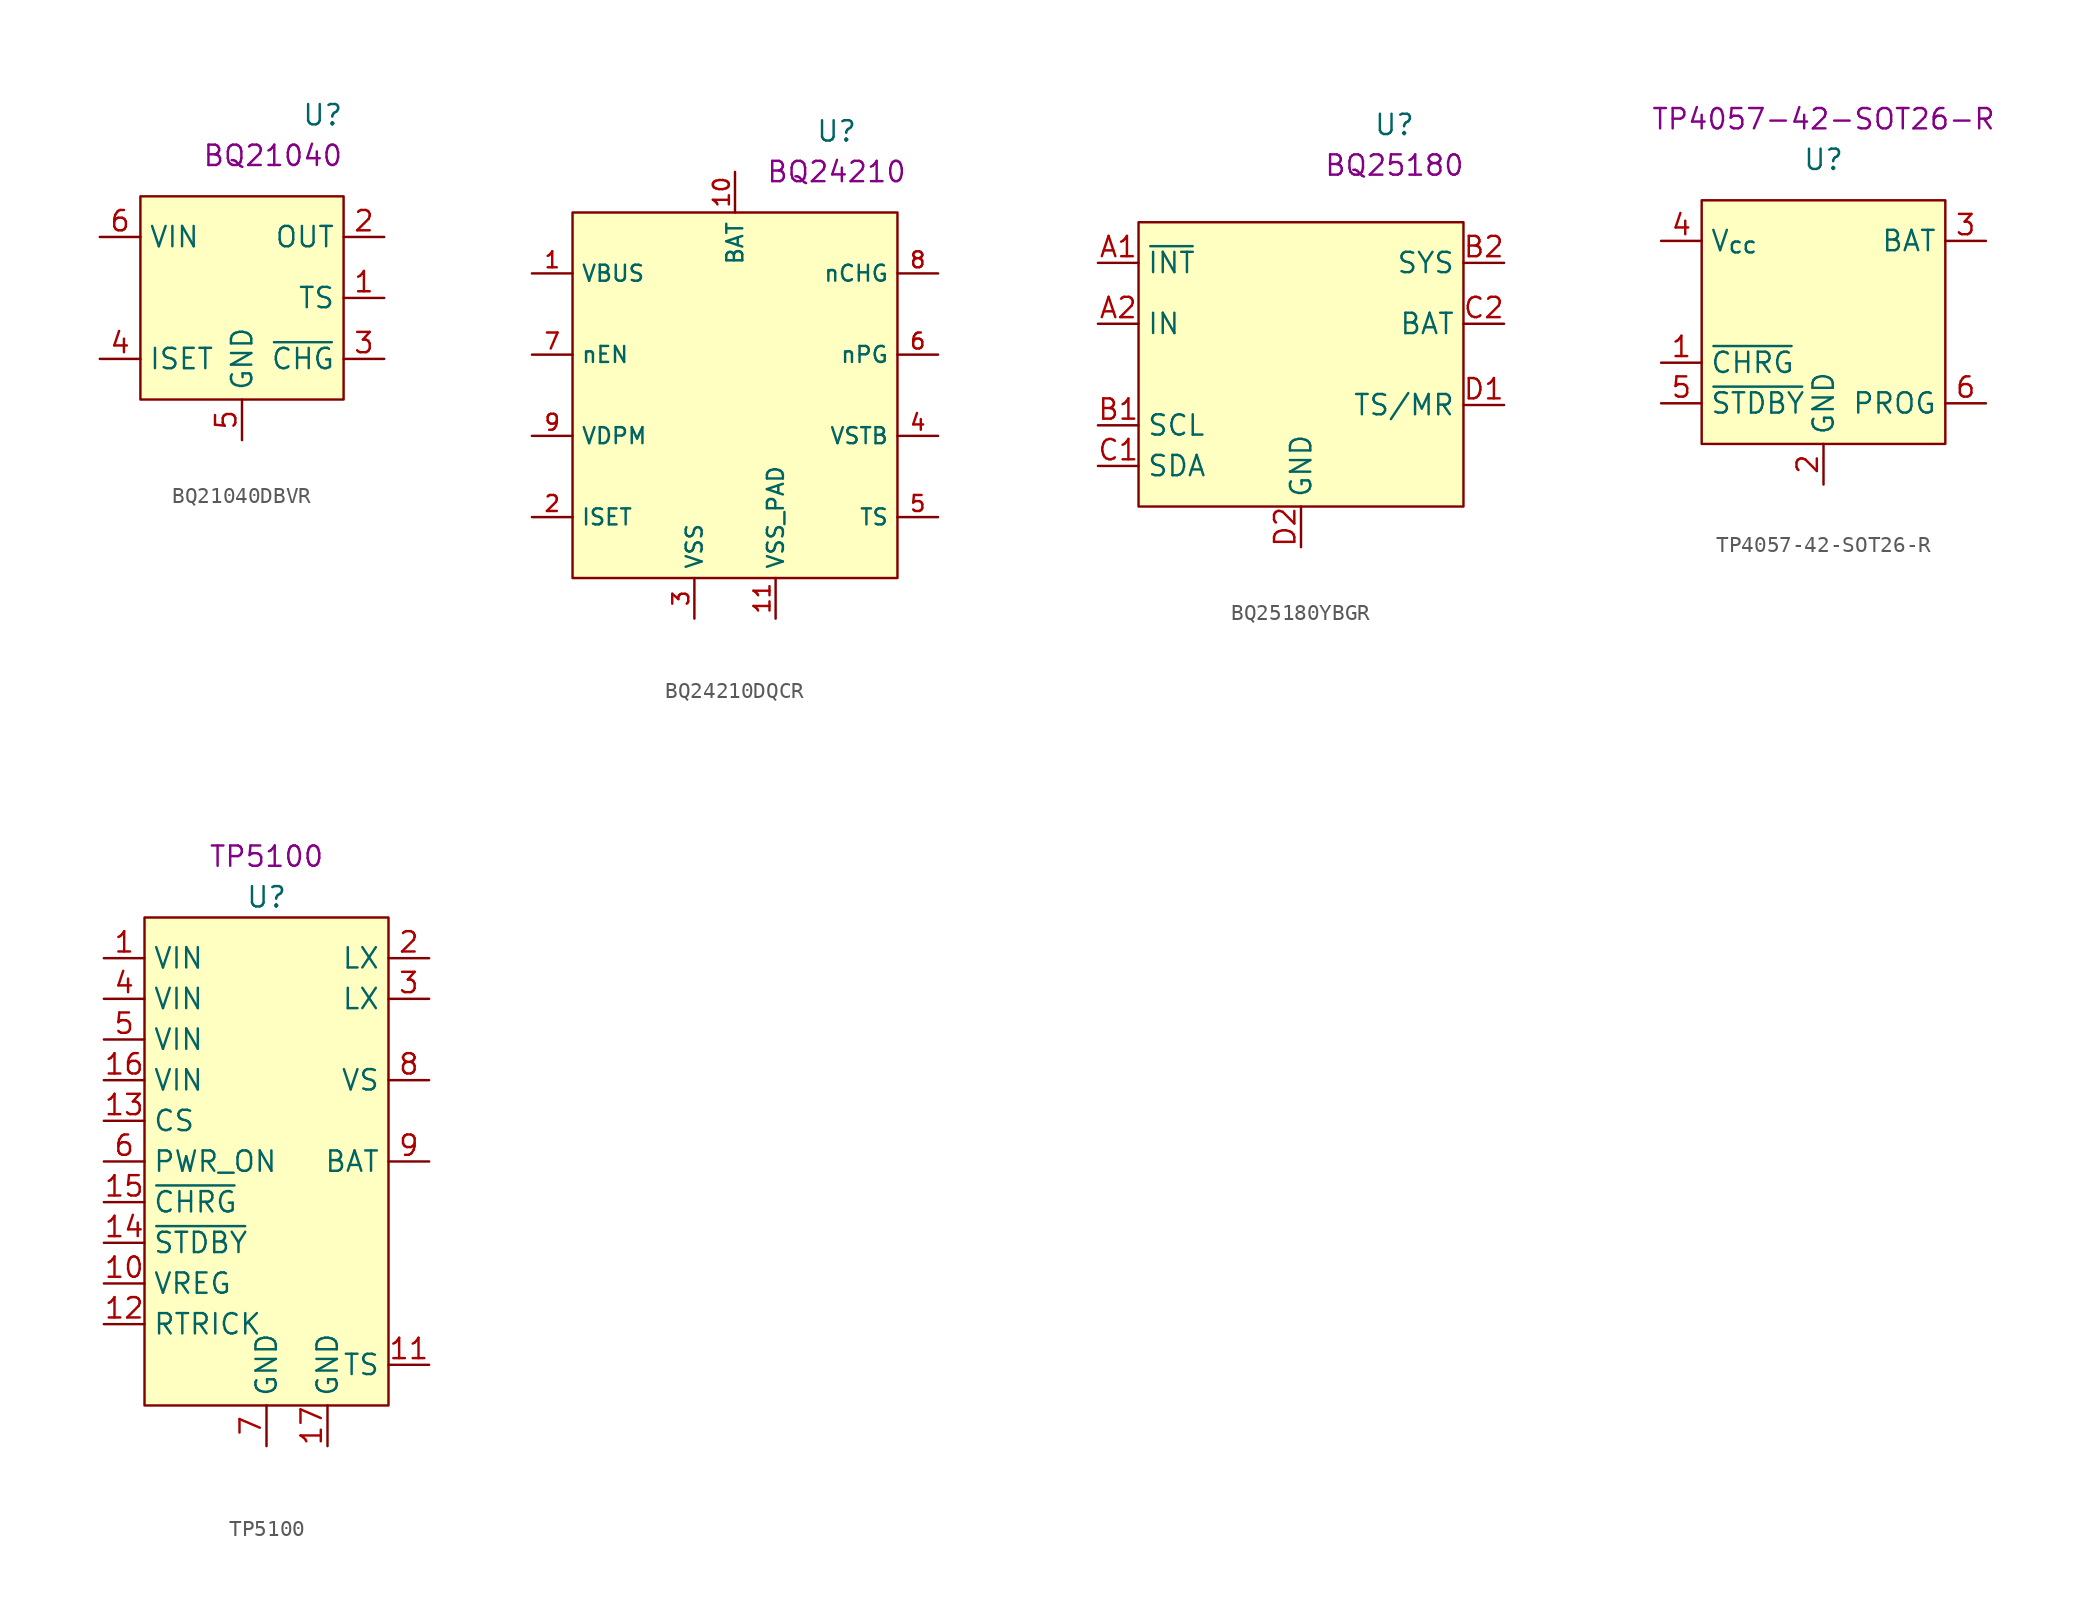
<source format=kicad_sym>
(kicad_symbol_lib
  (version 20231120)
  (generator "kicad_symbol_editor")
  (generator_version "8.0")
  (symbol "BQ21040DBVR"
    (property "Reference" "U"
      (at 6.35 11.43 0)
      (effects (font (size 1.27 1.27)) (justify right)))
    (property "UserValue" "BQ21040"
      (at 6.35 8.89 0)
      (effects (font (size 1.27 1.27)) (justify right)))
    (symbol "BQ21040DBVR_0_0"
      (pin input line (at 8.89 0 180) (length 2.54) (name "TS" (effects (font (size 1.27 1.27)))) (number "1" (effects (font (size 1.27 1.27)))))
      (pin power_out line (at 8.89 3.81 180) (length 2.54) (name "OUT" (effects (font (size 1.27 1.27)))) (number "2" (effects (font (size 1.27 1.27)))))
      (pin open_collector line (at 8.89 -3.81 180) (length 2.54) (name "~{CHG}" (effects (font (size 1.27 1.27)))) (number "3" (effects (font (size 1.27 1.27)))))
      (pin input line (at -8.89 -3.81 0) (length 2.54) (name "ISET" (effects (font (size 1.27 1.27)))) (number "4" (effects (font (size 1.27 1.27)))))
      (pin power_in line (at 0 -8.89 90) (length 2.54) (name "GND" (effects (font (size 1.27 1.27)))) (number "5" (effects (font (size 1.27 1.27)))))
      (pin power_in line (at -8.89 3.81 0) (length 2.54) (name "VIN" (effects (font (size 1.27 1.27)))) (number "6" (effects (font (size 1.27 1.27))))))
    (symbol "BQ21040DBVR_1_1"
      (rectangle (start -6.35 6.35) (end 6.35 -6.35) (stroke (width 0) (type default)) (fill (type background)))))
  (symbol "BQ24210DQCR"
    (property "Reference" "U"
      (at 6.35 16.51 0)
      (effects (font (size 1.27 1.27))))
    (property "UserValue" "BQ24210"
      (at 6.35 13.97 0)
      (effects (font (size 1.27 1.27))))
    (symbol "BQ24210DQCR_0_1"
      (rectangle (start -10.16 11.43) (end 10.16 -11.43) (stroke (width 0.152) (type default)) (fill (type background))))
    (symbol "BQ24210DQCR_1_1"
      (pin input line (at -12.7 7.62 0) (length 2.54) (name "VBUS" (effects (font (size 1 1)))) (number "1" (effects (font (size 1 1)))))
      (pin input line (at 0 13.97 270) (length 2.54) (name "BAT" (effects (font (size 1 1)))) (number "10" (effects (font (size 1 1)))))
      (pin input line (at 2.54 -13.97 90) (length 2.54) (name "VSS_PAD" (effects (font (size 1 1)))) (number "11" (effects (font (size 1 1)))))
      (pin input line (at -12.7 -7.62 0) (length 2.54) (name "ISET" (effects (font (size 1 1)))) (number "2" (effects (font (size 1 1)))))
      (pin input line (at -2.54 -13.97 90) (length 2.54) (name "VSS" (effects (font (size 1 1)))) (number "3" (effects (font (size 1 1)))))
      (pin input line (at 12.7 -2.54 180) (length 2.54) (name "VSTB" (effects (font (size 1 1)))) (number "4" (effects (font (size 1 1)))))
      (pin input line (at 12.7 -7.62 180) (length 2.54) (name "TS" (effects (font (size 1 1)))) (number "5" (effects (font (size 1 1)))))
      (pin input line (at 12.7 2.54 180) (length 2.54) (name "nPG" (effects (font (size 1 1)))) (number "6" (effects (font (size 1 1)))))
      (pin input line (at -12.7 2.54 0) (length 2.54) (name "nEN" (effects (font (size 1 1)))) (number "7" (effects (font (size 1 1)))))
      (pin input line (at 12.7 7.62 180) (length 2.54) (name "nCHG" (effects (font (size 1 1)))) (number "8" (effects (font (size 1 1)))))
      (pin input line (at -12.7 -2.54 0) (length 2.54) (name "VDPM" (effects (font (size 1 1)))) (number "9" (effects (font (size 1 1)))))))
  (symbol "BQ25180YBGR"
    (property "Reference" "U"
      (at 5.842 14.986 0)
      (effects (font (size 1.27 1.27))))
    (property "UserValue" "BQ25180"
      (at 5.842 12.446 0)
      (effects (font (size 1.27 1.27))))
    (symbol "BQ25180YBGR_0_0"
      (pin power_in line (at -12.7 2.54 0) (length 2.54) (name "IN" (effects (font (size 1.27 1.27)))) (number "A2" (effects (font (size 1.27 1.27)))))
      (pin input line (at -12.7 -3.81 0) (length 2.54) (name "SCL" (effects (font (size 1.27 1.27)))) (number "B1" (effects (font (size 1.27 1.27)))))
      (pin power_out line (at 12.7 6.35 180) (length 2.54) (name "SYS" (effects (font (size 1.27 1.27)))) (number "B2" (effects (font (size 1.27 1.27)))))
      (pin bidirectional line (at -12.7 -6.35 0) (length 2.54) (name "SDA" (effects (font (size 1.27 1.27)))) (number "C1" (effects (font (size 1.27 1.27)))))
      (pin power_in line (at 12.7 2.54 180) (length 2.54) (name "BAT" (effects (font (size 1.27 1.27)))) (number "C2" (effects (font (size 1.27 1.27)))))
      (pin input line (at 12.7 -2.54 180) (length 2.54) (name "TS/MR" (effects (font (size 1.27 1.27)))) (number "D1" (effects (font (size 1.27 1.27)))))
      (pin power_in line (at 0 -11.43 90) (length 2.54) (name "GND" (effects (font (size 1.27 1.27)))) (number "D2" (effects (font (size 1.27 1.27))))))
    (symbol "BQ25180YBGR_1_0"
      (pin open_emitter line (at -12.7 6.35 0) (length 2.54) (name "~{INT}" (effects (font (size 1.27 1.27)))) (number "A1" (effects (font (size 1.27 1.27))))))
    (symbol "BQ25180YBGR_1_1"
      (rectangle (start -10.16 8.89) (end 10.16 -8.89) (stroke (width 0.152) (type default)) (fill (type background)))))
  (symbol "TP4057-42-SOT26-R"
    (property "Reference" "U"
      (at 0 10.16 0)
      (effects (font (size 1.27 1.27))))
    (property "UserValue" "TP4057-42-SOT26-R"
      (at 0 12.7 0)
      (effects (font (size 1.27 1.27))))
    (symbol "TP4057-42-SOT26-R_0_1"
      (rectangle (start -7.62 7.62) (end 7.62 -7.62) (stroke (width 0) (type default)) (fill (type background))))
    (symbol "TP4057-42-SOT26-R_1_1"
      (pin open_collector line (at -10.16 -2.54 0) (length 2.54) (name "~{CHRG}" (effects (font (size 1.27 1.27)))) (number "1" (effects (font (size 1.27 1.27)))))
      (pin power_in line (at 0 -10.16 90) (length 2.54) (name "GND" (effects (font (size 1.27 1.27)))) (number "2" (effects (font (size 1.27 1.27)))))
      (pin passive line (at 10.16 5.08 180) (length 2.54) (name "BAT" (effects (font (size 1.27 1.27)))) (number "3" (effects (font (size 1.27 1.27)))))
      (pin power_in line (at -10.16 5.08 0) (length 2.54) (name "V_{cc}" (effects (font (size 1.27 1.27)))) (number "4" (effects (font (size 1.27 1.27)))))
      (pin open_collector line (at -10.16 -5.08 0) (length 2.54) (name "~{STDBY}" (effects (font (size 1.27 1.27)))) (number "5" (effects (font (size 1.27 1.27)))))
      (pin passive line (at 10.16 -5.08 180) (length 2.54) (name "PROG" (effects (font (size 1.27 1.27)))) (number "6" (effects (font (size 1.27 1.27)))))))
  (symbol "TP5100"
    (property "Reference" "U"
      (at 0 16.51 0)
      (effects (font (size 1.27 1.27))))
    (property "UserValue" "TP5100"
      (at 0 19.05 0)
      (effects (font (size 1.27 1.27))))
    (symbol "TP5100_0_1"
      (rectangle (start -7.62 15.24) (end 7.62 -15.24) (stroke (width 0) (type default)) (fill (type background))))
    (symbol "TP5100_1_1"
      (pin passive line (at -10.16 12.7 0) (length 2.54) (name "VIN" (effects (font (size 1.27 1.27)))) (number "1" (effects (font (size 1.27 1.27)))))
      (pin passive line (at -10.16 -7.62 0) (length 2.54) (name "VREG" (effects (font (size 1.27 1.27)))) (number "10" (effects (font (size 1.27 1.27)))))
      (pin passive line (at 10.16 -12.7 180) (length 2.54) (name "TS" (effects (font (size 1.27 1.27)))) (number "11" (effects (font (size 1.27 1.27)))))
      (pin passive line (at -10.16 -10.16 0) (length 2.54) (name "RTRICK" (effects (font (size 1.27 1.27)))) (number "12" (effects (font (size 1.27 1.27)))))
      (pin passive line (at -10.16 2.54 0) (length 2.54) (name "CS" (effects (font (size 1.27 1.27)))) (number "13" (effects (font (size 1.27 1.27)))))
      (pin passive line (at -10.16 -5.08 0) (length 2.54) (name "~{STDBY}" (effects (font (size 1.27 1.27)))) (number "14" (effects (font (size 1.27 1.27)))))
      (pin passive line (at -10.16 -2.54 0) (length 2.54) (name "~{CHRG}" (effects (font (size 1.27 1.27)))) (number "15" (effects (font (size 1.27 1.27)))))
      (pin passive line (at -10.16 5.08 0) (length 2.54) (name "VIN" (effects (font (size 1.27 1.27)))) (number "16" (effects (font (size 1.27 1.27)))))
      (pin passive line (at 3.81 -17.78 90) (length 2.54) (name "GND" (effects (font (size 1.27 1.27)))) (number "17" (effects (font (size 1.27 1.27)))))
      (pin passive line (at 10.16 12.7 180) (length 2.54) (name "LX" (effects (font (size 1.27 1.27)))) (number "2" (effects (font (size 1.27 1.27)))))
      (pin passive line (at 10.16 10.16 180) (length 2.54) (name "LX" (effects (font (size 1.27 1.27)))) (number "3" (effects (font (size 1.27 1.27)))))
      (pin passive line (at -10.16 10.16 0) (length 2.54) (name "VIN" (effects (font (size 1.27 1.27)))) (number "4" (effects (font (size 1.27 1.27)))))
      (pin passive line (at -10.16 7.62 0) (length 2.54) (name "VIN" (effects (font (size 1.27 1.27)))) (number "5" (effects (font (size 1.27 1.27)))))
      (pin passive line (at -10.16 0 0) (length 2.54) (name "PWR_ON" (effects (font (size 1.27 1.27)))) (number "6" (effects (font (size 1.27 1.27)))))
      (pin passive line (at 0 -17.78 90) (length 2.54) (name "GND" (effects (font (size 1.27 1.27)))) (number "7" (effects (font (size 1.27 1.27)))))
      (pin passive line (at 10.16 5.08 180) (length 2.54) (name "VS" (effects (font (size 1.27 1.27)))) (number "8" (effects (font (size 1.27 1.27)))))
      (pin passive line (at 10.16 0 180) (length 2.54) (name "BAT" (effects (font (size 1.27 1.27)))) (number "9" (effects (font (size 1.27 1.27))))))))
</source>
